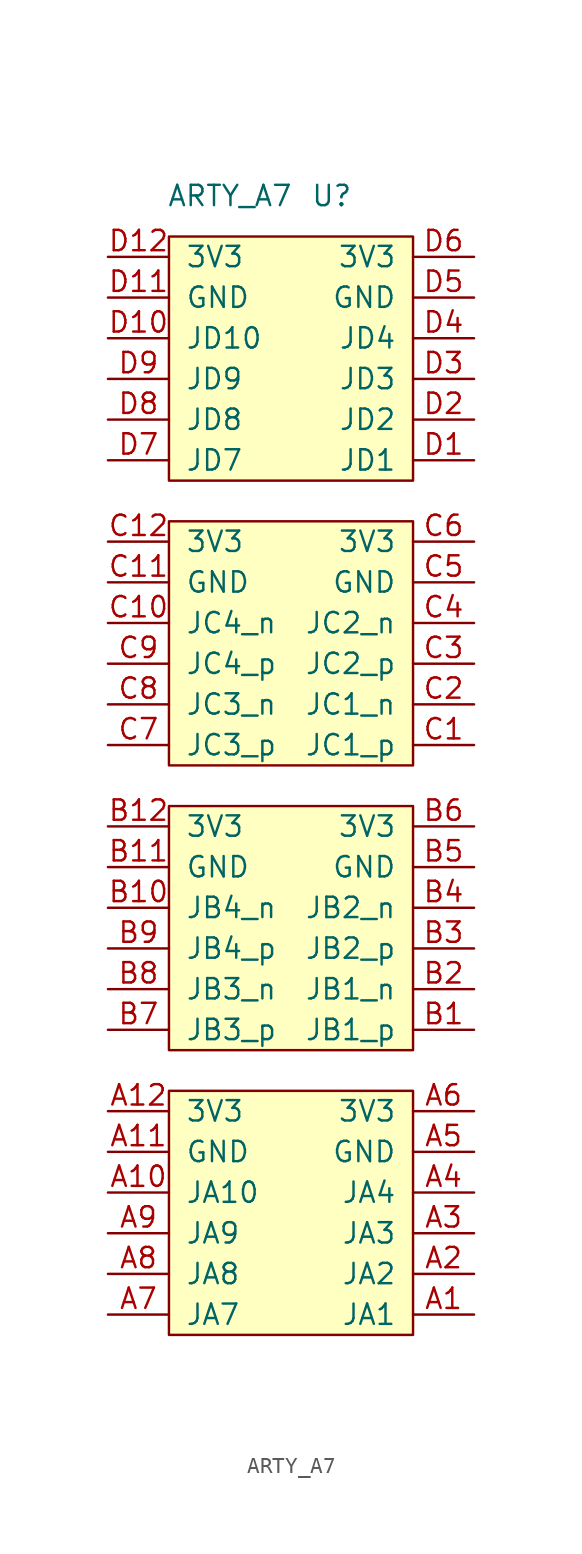
<source format=kicad_sym>
(kicad_symbol_lib
  (version 20211014)
  (generator kicad_symbol_editor)
  (symbol "ARTY_A7"
    (pin_names
      (offset 1.016))
    (property "Reference" "U"
      (at 2.54 36.83 0)
      (effects (font (size 1.27 1.27))))
    (property "Value" "ARTY_A7"
      (at -3.81 36.83 0)
      (effects (font (size 1.27 1.27))))
    (symbol "ARTY_A7_0_1"
      (rectangle (start 7.62 -34.29) (end -7.62 -19.05) (stroke (width 0) (type default) (color 0 0 0 0)) (fill (type background)))
      (rectangle (start 7.62 -16.51) (end -7.62 -1.27) (stroke (width 0) (type default) (color 0 0 0 0)) (fill (type background)))
      (rectangle (start 7.62 1.27) (end -7.62 16.51) (stroke (width 0) (type default) (color 0 0 0 0)) (fill (type background)))
      (rectangle (start 7.62 19.05) (end -7.62 34.29) (stroke (width 0) (type default) (color 0 0 0 0)) (fill (type background))))
    (symbol "ARTY_A7_1_1"
      (pin bidirectional line (at 11.43 -33.02 180) (length 3.81) (name "JA1" (effects (font (size 1.27 1.27)))) (number "A1" (effects (font (size 1.27 1.27)))))
      (pin bidirectional line (at -11.43 -25.4 0) (length 3.81) (name "JA10" (effects (font (size 1.27 1.27)))) (number "A10" (effects (font (size 1.27 1.27)))))
      (pin power_out line (at -11.43 -22.86 0) (length 3.81) (name "GND" (effects (font (size 1.27 1.27)))) (number "A11" (effects (font (size 1.27 1.27)))))
      (pin power_out line (at -11.43 -20.32 0) (length 3.81) (name "3V3" (effects (font (size 1.27 1.27)))) (number "A12" (effects (font (size 1.27 1.27)))))
      (pin bidirectional line (at 11.43 -30.48 180) (length 3.81) (name "JA2" (effects (font (size 1.27 1.27)))) (number "A2" (effects (font (size 1.27 1.27)))))
      (pin bidirectional line (at 11.43 -27.94 180) (length 3.81) (name "JA3" (effects (font (size 1.27 1.27)))) (number "A3" (effects (font (size 1.27 1.27)))))
      (pin bidirectional line (at 11.43 -25.4 180) (length 3.81) (name "JA4" (effects (font (size 1.27 1.27)))) (number "A4" (effects (font (size 1.27 1.27)))))
      (pin power_out line (at 11.43 -22.86 180) (length 3.81) (name "GND" (effects (font (size 1.27 1.27)))) (number "A5" (effects (font (size 1.27 1.27)))))
      (pin power_out line (at 11.43 -20.32 180) (length 3.81) (name "3V3" (effects (font (size 1.27 1.27)))) (number "A6" (effects (font (size 1.27 1.27)))))
      (pin bidirectional line (at -11.43 -33.02 0) (length 3.81) (name "JA7" (effects (font (size 1.27 1.27)))) (number "A7" (effects (font (size 1.27 1.27)))))
      (pin bidirectional line (at -11.43 -30.48 0) (length 3.81) (name "JA8" (effects (font (size 1.27 1.27)))) (number "A8" (effects (font (size 1.27 1.27)))))
      (pin bidirectional line (at -11.43 -27.94 0) (length 3.81) (name "JA9" (effects (font (size 1.27 1.27)))) (number "A9" (effects (font (size 1.27 1.27)))))
      (pin bidirectional line (at 11.43 -15.24 180) (length 3.81) (name "JB1_p" (effects (font (size 1.27 1.27)))) (number "B1" (effects (font (size 1.27 1.27)))))
      (pin bidirectional line (at -11.43 -7.62 0) (length 3.81) (name "JB4_n" (effects (font (size 1.27 1.27)))) (number "B10" (effects (font (size 1.27 1.27)))))
      (pin power_out line (at -11.43 -5.08 0) (length 3.81) (name "GND" (effects (font (size 1.27 1.27)))) (number "B11" (effects (font (size 1.27 1.27)))))
      (pin power_out line (at -11.43 -2.54 0) (length 3.81) (name "3V3" (effects (font (size 1.27 1.27)))) (number "B12" (effects (font (size 1.27 1.27)))))
      (pin bidirectional line (at 11.43 -12.7 180) (length 3.81) (name "JB1_n" (effects (font (size 1.27 1.27)))) (number "B2" (effects (font (size 1.27 1.27)))))
      (pin bidirectional line (at 11.43 -10.16 180) (length 3.81) (name "JB2_p" (effects (font (size 1.27 1.27)))) (number "B3" (effects (font (size 1.27 1.27)))))
      (pin bidirectional line (at 11.43 -7.62 180) (length 3.81) (name "JB2_n" (effects (font (size 1.27 1.27)))) (number "B4" (effects (font (size 1.27 1.27)))))
      (pin power_out line (at 11.43 -5.08 180) (length 3.81) (name "GND" (effects (font (size 1.27 1.27)))) (number "B5" (effects (font (size 1.27 1.27)))))
      (pin power_out line (at 11.43 -2.54 180) (length 3.81) (name "3V3" (effects (font (size 1.27 1.27)))) (number "B6" (effects (font (size 1.27 1.27)))))
      (pin bidirectional line (at -11.43 -15.24 0) (length 3.81) (name "JB3_p" (effects (font (size 1.27 1.27)))) (number "B7" (effects (font (size 1.27 1.27)))))
      (pin bidirectional line (at -11.43 -12.7 0) (length 3.81) (name "JB3_n" (effects (font (size 1.27 1.27)))) (number "B8" (effects (font (size 1.27 1.27)))))
      (pin bidirectional line (at -11.43 -10.16 0) (length 3.81) (name "JB4_p" (effects (font (size 1.27 1.27)))) (number "B9" (effects (font (size 1.27 1.27)))))
      (pin bidirectional line (at 11.43 2.54 180) (length 3.81) (name "JC1_p" (effects (font (size 1.27 1.27)))) (number "C1" (effects (font (size 1.27 1.27)))))
      (pin bidirectional line (at -11.43 10.16 0) (length 3.81) (name "JC4_n" (effects (font (size 1.27 1.27)))) (number "C10" (effects (font (size 1.27 1.27)))))
      (pin power_out line (at -11.43 12.7 0) (length 3.81) (name "GND" (effects (font (size 1.27 1.27)))) (number "C11" (effects (font (size 1.27 1.27)))))
      (pin power_out line (at -11.43 15.24 0) (length 3.81) (name "3V3" (effects (font (size 1.27 1.27)))) (number "C12" (effects (font (size 1.27 1.27)))))
      (pin bidirectional line (at 11.43 5.08 180) (length 3.81) (name "JC1_n" (effects (font (size 1.27 1.27)))) (number "C2" (effects (font (size 1.27 1.27)))))
      (pin bidirectional line (at 11.43 7.62 180) (length 3.81) (name "JC2_p" (effects (font (size 1.27 1.27)))) (number "C3" (effects (font (size 1.27 1.27)))))
      (pin bidirectional line (at 11.43 10.16 180) (length 3.81) (name "JC2_n" (effects (font (size 1.27 1.27)))) (number "C4" (effects (font (size 1.27 1.27)))))
      (pin power_out line (at 11.43 12.7 180) (length 3.81) (name "GND" (effects (font (size 1.27 1.27)))) (number "C5" (effects (font (size 1.27 1.27)))))
      (pin power_out line (at 11.43 15.24 180) (length 3.81) (name "3V3" (effects (font (size 1.27 1.27)))) (number "C6" (effects (font (size 1.27 1.27)))))
      (pin bidirectional line (at -11.43 2.54 0) (length 3.81) (name "JC3_p" (effects (font (size 1.27 1.27)))) (number "C7" (effects (font (size 1.27 1.27)))))
      (pin bidirectional line (at -11.43 5.08 0) (length 3.81) (name "JC3_n" (effects (font (size 1.27 1.27)))) (number "C8" (effects (font (size 1.27 1.27)))))
      (pin bidirectional line (at -11.43 7.62 0) (length 3.81) (name "JC4_p" (effects (font (size 1.27 1.27)))) (number "C9" (effects (font (size 1.27 1.27)))))
      (pin bidirectional line (at 11.43 20.32 180) (length 3.81) (name "JD1" (effects (font (size 1.27 1.27)))) (number "D1" (effects (font (size 1.27 1.27)))))
      (pin bidirectional line (at -11.43 27.94 0) (length 3.81) (name "JD10" (effects (font (size 1.27 1.27)))) (number "D10" (effects (font (size 1.27 1.27)))))
      (pin power_out line (at -11.43 30.48 0) (length 3.81) (name "GND" (effects (font (size 1.27 1.27)))) (number "D11" (effects (font (size 1.27 1.27)))))
      (pin power_out line (at -11.43 33.02 0) (length 3.81) (name "3V3" (effects (font (size 1.27 1.27)))) (number "D12" (effects (font (size 1.27 1.27)))))
      (pin bidirectional line (at 11.43 22.86 180) (length 3.81) (name "JD2" (effects (font (size 1.27 1.27)))) (number "D2" (effects (font (size 1.27 1.27)))))
      (pin bidirectional line (at 11.43 25.4 180) (length 3.81) (name "JD3" (effects (font (size 1.27 1.27)))) (number "D3" (effects (font (size 1.27 1.27)))))
      (pin bidirectional line (at 11.43 27.94 180) (length 3.81) (name "JD4" (effects (font (size 1.27 1.27)))) (number "D4" (effects (font (size 1.27 1.27)))))
      (pin power_out line (at 11.43 30.48 180) (length 3.81) (name "GND" (effects (font (size 1.27 1.27)))) (number "D5" (effects (font (size 1.27 1.27)))))
      (pin power_out line (at 11.43 33.02 180) (length 3.81) (name "3V3" (effects (font (size 1.27 1.27)))) (number "D6" (effects (font (size 1.27 1.27)))))
      (pin bidirectional line (at -11.43 20.32 0) (length 3.81) (name "JD7" (effects (font (size 1.27 1.27)))) (number "D7" (effects (font (size 1.27 1.27)))))
      (pin bidirectional line (at -11.43 22.86 0) (length 3.81) (name "JD8" (effects (font (size 1.27 1.27)))) (number "D8" (effects (font (size 1.27 1.27)))))
      (pin bidirectional line (at -11.43 25.4 0) (length 3.81) (name "JD9" (effects (font (size 1.27 1.27)))) (number "D9" (effects (font (size 1.27 1.27))))))))
</source>
